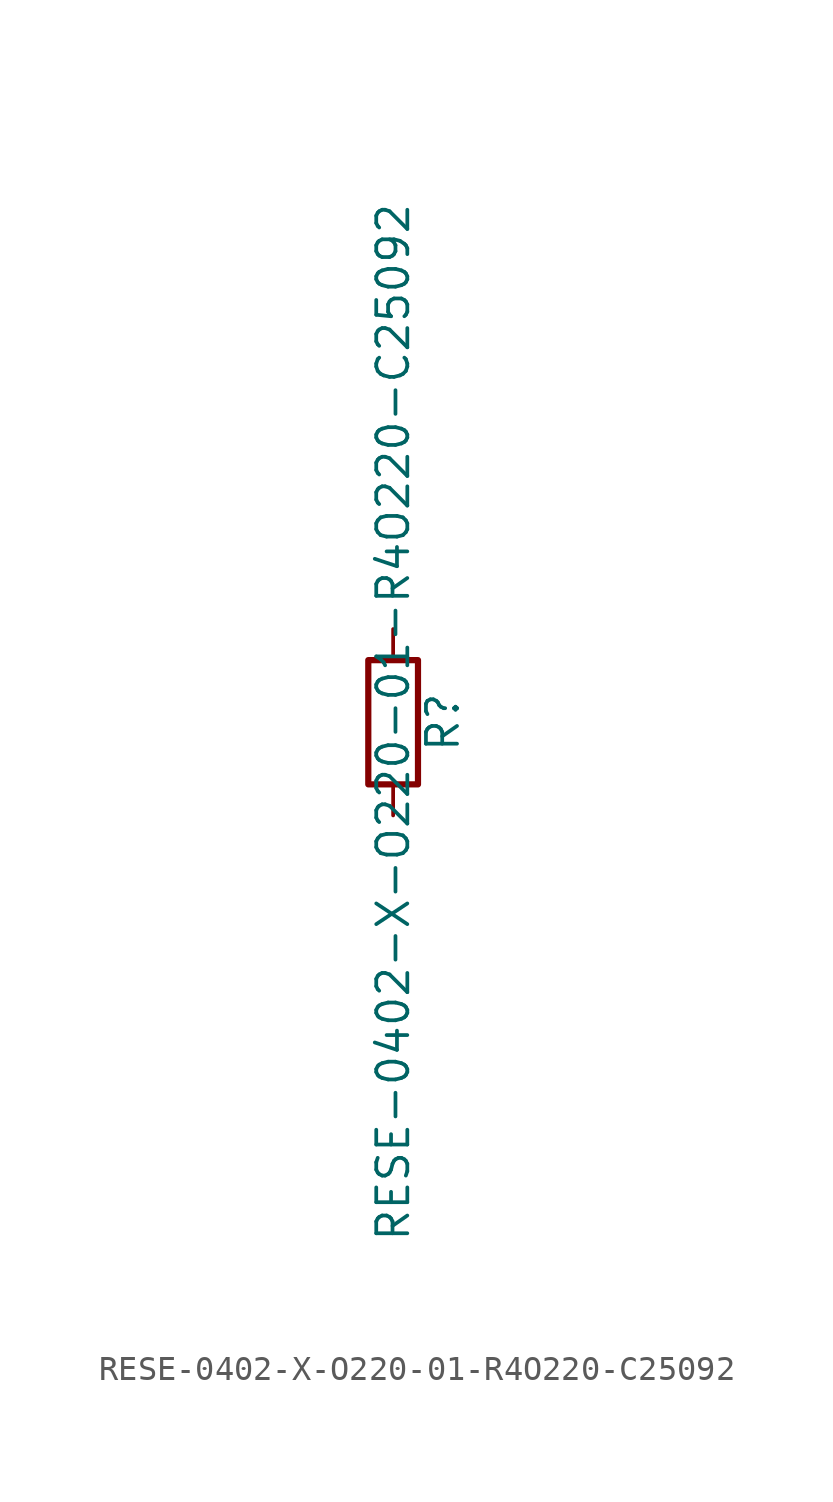
<source format=kicad_sym>
(kicad_symbol_lib
  (version 20211014)
  (generator kicad_symbol_editor)
  (symbol "RESE-0402-X-O220-01-R4O220-C25092"
    (pin_numbers hide)
    (pin_names
      (offset 0))
    (property "Reference" "R"
      (at 2.032 0 90)
      (effects (font (size 1.27 1.27))))
    (property "Value" "RESE-0402-X-O220-01-R4O220-C25092"
      (at 0 0 90)
      (effects (font (size 1.27 1.27))))
    (symbol "RESE-0402-X-O220-01-R4O220-C25092_0_1"
      (rectangle (start -1.016 -2.54) (end 1.016 2.54) (stroke (width 0.254) (type default) (color 0 0 0 0)) (fill (type none))))
    (symbol "RESE-0402-X-O220-01-R4O220-C25092_1_1"
      (pin passive line (at 0 3.81 270) (length 1.27) (name "~" (effects (font (size 1.27 1.27)))) (number "1" (effects (font (size 1.27 1.27)))))
      (pin passive line (at 0 -3.81 90) (length 1.27) (name "~" (effects (font (size 1.27 1.27)))) (number "2" (effects (font (size 1.27 1.27))))))))
</source>
